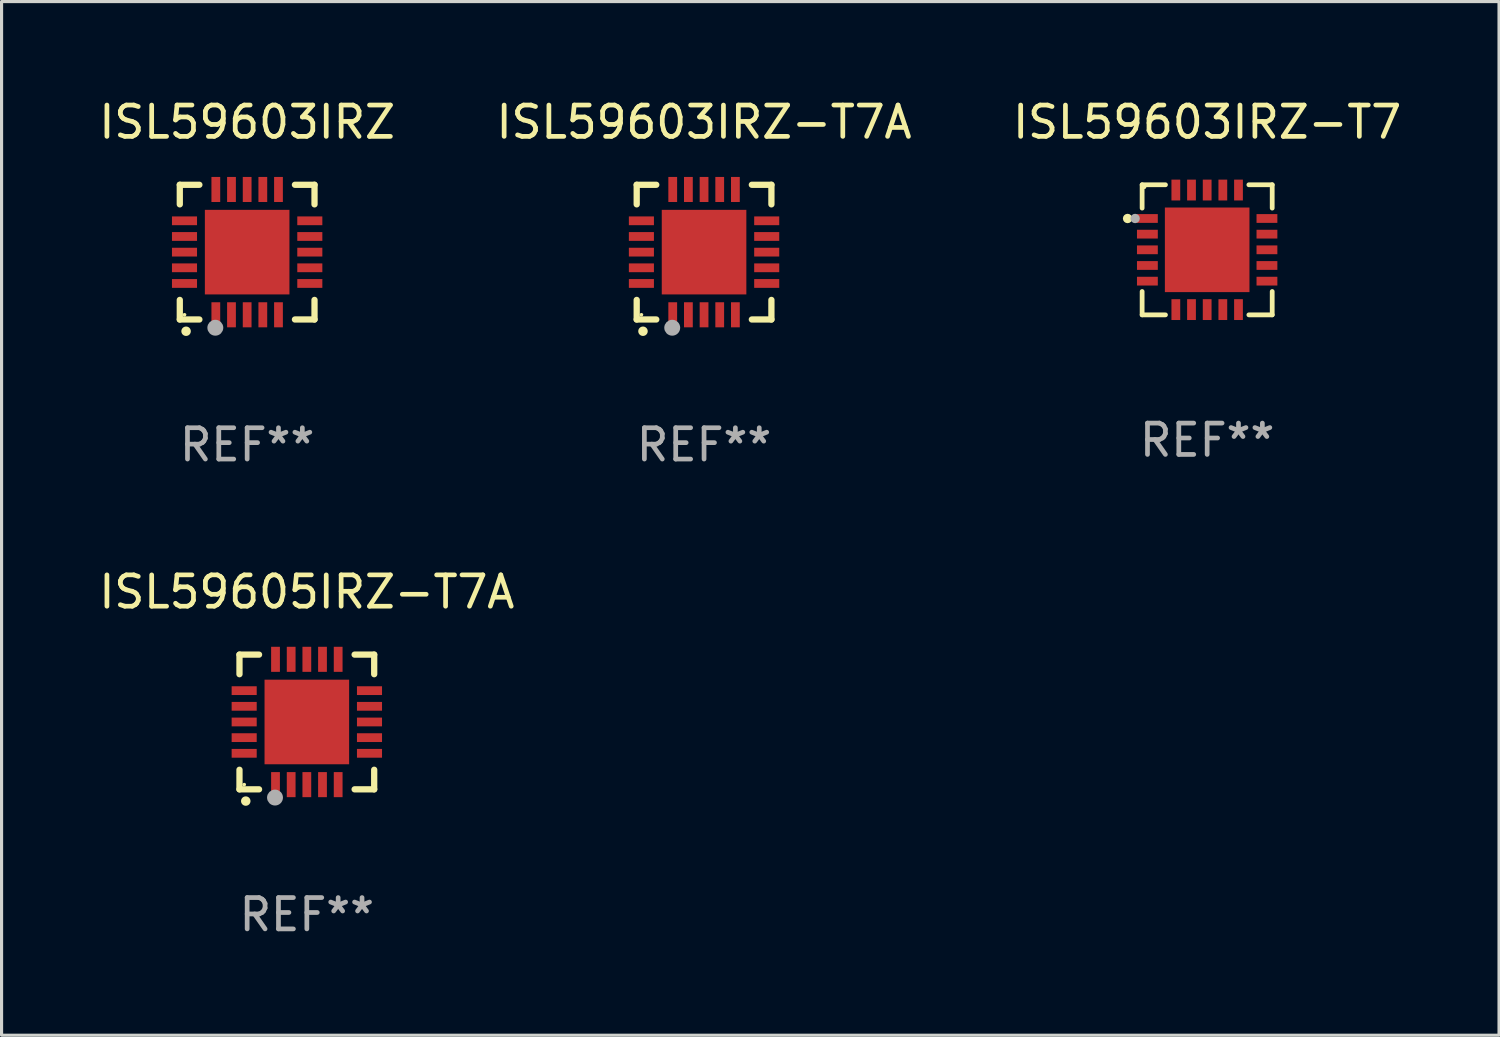
<source format=kicad_pcb>
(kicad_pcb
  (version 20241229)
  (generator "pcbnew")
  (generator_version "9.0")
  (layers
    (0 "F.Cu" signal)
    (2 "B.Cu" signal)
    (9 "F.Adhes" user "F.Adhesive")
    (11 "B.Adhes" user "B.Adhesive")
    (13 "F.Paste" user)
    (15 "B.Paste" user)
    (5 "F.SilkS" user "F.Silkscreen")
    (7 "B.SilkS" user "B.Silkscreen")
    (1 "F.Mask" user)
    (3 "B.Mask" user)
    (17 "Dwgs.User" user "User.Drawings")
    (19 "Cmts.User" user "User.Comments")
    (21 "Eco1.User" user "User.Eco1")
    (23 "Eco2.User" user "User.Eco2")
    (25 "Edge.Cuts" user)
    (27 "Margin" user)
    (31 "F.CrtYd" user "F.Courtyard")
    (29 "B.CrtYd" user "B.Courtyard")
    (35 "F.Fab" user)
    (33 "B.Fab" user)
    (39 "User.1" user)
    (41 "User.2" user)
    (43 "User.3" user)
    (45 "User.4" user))
  (footprint "ISL59603IRZ-T7"
    (layer "F.Cu")
    (at 35.482 4.924)
    (property "Reference" "ISL59603IRZ-T7" (at 0 -4.076 0) (layer "F.SilkS") (effects (font (size 1 1) (thickness 0.15))))
    (attr through_hole)
    (fp_line (start -2.076 -2.076) (end -2.076 -1.331) (stroke (width 0.152) (type solid)) (layer "F.SilkS"))
    (fp_line (start -2.076 2.076) (end -2.076 1.331) (stroke (width 0.152) (type solid)) (layer "F.SilkS"))
    (fp_line (start -1.331 -2.076) (end -2.076 -2.076) (stroke (width 0.152) (type solid)) (layer "F.SilkS"))
    (fp_line (start -1.331 2.076) (end -2.076 2.076) (stroke (width 0.152) (type solid)) (layer "F.SilkS"))
    (fp_line (start 1.331 -2.076) (end 2.076 -2.076) (stroke (width 0.152) (type solid)) (layer "F.SilkS"))
    (fp_line (start 1.331 2.076) (end 2.076 2.076) (stroke (width 0.152) (type solid)) (layer "F.SilkS"))
    (fp_line (start 2.076 -2.076) (end 2.076 -1.331) (stroke (width 0.152) (type solid)) (layer "F.SilkS"))
    (fp_line (start 2.076 2.076) (end 2.076 1.331) (stroke (width 0.152) (type solid)) (layer "F.SilkS"))
    (fp_circle (center -2.54 -1) (end -2.465 -1) (stroke (width 0.15) (type solid)) (fill no) (layer "F.SilkS"))
    (fp_circle (center -2 -2) (end -1.97 -2) (stroke (width 0.06) (type solid)) (fill no) (layer "F.SilkS"))
    (fp_circle (center -2.3 -1) (end -2.225 -1) (stroke (width 0.15) (type solid)) (fill no) (layer "F.Fab"))
    (fp_text user "REF**" (at 0 6.076 0) (layer "F.Fab") (effects (font (size 1 1) (thickness 0.15))))
    (pad "1" smd rect (at -1.908 -1) (size 0.665 0.28) (layers "F.Cu" "F.Mask" "F.Paste"))
    (pad "2" smd rect (at -1.908 -0.5) (size 0.665 0.28) (layers "F.Cu" "F.Mask" "F.Paste"))
    (pad "3" smd rect (at -1.908 0) (size 0.665 0.28) (layers "F.Cu" "F.Mask" "F.Paste"))
    (pad "4" smd rect (at -1.908 0.5) (size 0.665 0.28) (layers "F.Cu" "F.Mask" "F.Paste"))
    (pad "5" smd rect (at -1.908 1) (size 0.665 0.28) (layers "F.Cu" "F.Mask" "F.Paste"))
    (pad "6" smd rect (at -1 1.908) (size 0.28 0.665) (layers "F.Cu" "F.Mask" "F.Paste"))
    (pad "7" smd rect (at -0.5 1.908) (size 0.28 0.665) (layers "F.Cu" "F.Mask" "F.Paste"))
    (pad "8" smd rect (at 0 1.908) (size 0.28 0.665) (layers "F.Cu" "F.Mask" "F.Paste"))
    (pad "9" smd rect (at 0.5 1.908) (size 0.28 0.665) (layers "F.Cu" "F.Mask" "F.Paste"))
    (pad "10" smd rect (at 1 1.908) (size 0.28 0.665) (layers "F.Cu" "F.Mask" "F.Paste"))
    (pad "11" smd rect (at 1.908 1) (size 0.665 0.28) (layers "F.Cu" "F.Mask" "F.Paste"))
    (pad "12" smd rect (at 1.908 0.5) (size 0.665 0.28) (layers "F.Cu" "F.Mask" "F.Paste"))
    (pad "13" smd rect (at 1.908 0) (size 0.665 0.28) (layers "F.Cu" "F.Mask" "F.Paste"))
    (pad "14" smd rect (at 1.908 -0.5) (size 0.665 0.28) (layers "F.Cu" "F.Mask" "F.Paste"))
    (pad "15" smd rect (at 1.908 -1) (size 0.665 0.28) (layers "F.Cu" "F.Mask" "F.Paste"))
    (pad "16" smd rect (at 1 -1.908) (size 0.28 0.665) (layers "F.Cu" "F.Mask" "F.Paste"))
    (pad "17" smd rect (at 0.5 -1.908) (size 0.28 0.665) (layers "F.Cu" "F.Mask" "F.Paste"))
    (pad "18" smd rect (at 0 -1.908) (size 0.28 0.665) (layers "F.Cu" "F.Mask" "F.Paste"))
    (pad "19" smd rect (at -0.5 -1.908) (size 0.28 0.665) (layers "F.Cu" "F.Mask" "F.Paste"))
    (pad "20" smd rect (at -1 -1.908) (size 0.28 0.665) (layers "F.Cu" "F.Mask" "F.Paste"))
    (pad "21" smd rect (at 0 0) (size 2.7 2.7) (layers "F.Cu" "F.Mask" "F.Paste")))
  (footprint "ISL59603IRZ-T7A"
    (layer "F.Cu")
    (at 19.423 4.998)
    (property "Reference" "ISL59603IRZ-T7A" (at 0 -4.15 0) (layer "F.SilkS") (effects (font (size 1 1) (thickness 0.15))))
    (attr through_hole)
    (fp_line (start -2.15 -2.15) (end -2.15 -1.525) (stroke (width 0.2) (type solid)) (layer "F.SilkS"))
    (fp_line (start -2.15 2.15) (end -2.15 1.525) (stroke (width 0.2) (type solid)) (layer "F.SilkS"))
    (fp_line (start -1.525 -2.15) (end -2.15 -2.15) (stroke (width 0.2) (type solid)) (layer "F.SilkS"))
    (fp_line (start -1.525 2.15) (end -2.15 2.15) (stroke (width 0.2) (type solid)) (layer "F.SilkS"))
    (fp_line (start 1.525 2.15) (end 2.15 2.15) (stroke (width 0.2) (type solid)) (layer "F.SilkS"))
    (fp_line (start 2.15 -2.15) (end 1.525 -2.15) (stroke (width 0.2) (type solid)) (layer "F.SilkS"))
    (fp_line (start 2.15 -1.525) (end 2.15 -2.15) (stroke (width 0.2) (type solid)) (layer "F.SilkS"))
    (fp_line (start 2.15 2.15) (end 2.15 1.525) (stroke (width 0.2) (type solid)) (layer "F.SilkS"))
    (fp_arc (start -1.950724 2.524765) (mid -1.949454 2.52476) (end -1.948184 2.524765) (stroke (width 0.3) (type solid)) (layer "F.SilkS"))
    (fp_circle (center -2 2) (end -1.97 2) (stroke (width 0.06) (type solid)) (fill no) (layer "F.SilkS"))
    (fp_circle (center -1.016 2.413) (end -0.889 2.413) (stroke (width 0.254) (type solid)) (fill no) (layer "F.Fab"))
    (fp_text user "REF**" (at 0 6.15 0) (layer "F.Fab") (effects (font (size 1 1) (thickness 0.15))))
    (pad "1" smd rect (at -1 2) (size 0.28 0.8) (layers "F.Cu" "F.Mask" "F.Paste"))
    (pad "2" smd rect (at -0.5 2) (size 0.28 0.8) (layers "F.Cu" "F.Mask" "F.Paste"))
    (pad "3" smd rect (at 0 2) (size 0.28 0.8) (layers "F.Cu" "F.Mask" "F.Paste"))
    (pad "4" smd rect (at 0.5 2) (size 0.28 0.8) (layers "F.Cu" "F.Mask" "F.Paste"))
    (pad "5" smd rect (at 1 2) (size 0.28 0.8) (layers "F.Cu" "F.Mask" "F.Paste"))
    (pad "6" smd rect (at 2 1) (size 0.8 0.28) (layers "F.Cu" "F.Mask" "F.Paste"))
    (pad "7" smd rect (at 2 0.5) (size 0.8 0.28) (layers "F.Cu" "F.Mask" "F.Paste"))
    (pad "8" smd rect (at 2 0) (size 0.8 0.28) (layers "F.Cu" "F.Mask" "F.Paste"))
    (pad "9" smd rect (at 2 -0.5) (size 0.8 0.28) (layers "F.Cu" "F.Mask" "F.Paste"))
    (pad "10" smd rect (at 2 -1) (size 0.8 0.28) (layers "F.Cu" "F.Mask" "F.Paste"))
    (pad "11" smd rect (at 1 -2) (size 0.28 0.8) (layers "F.Cu" "F.Mask" "F.Paste"))
    (pad "12" smd rect (at 0.5 -2) (size 0.28 0.8) (layers "F.Cu" "F.Mask" "F.Paste"))
    (pad "13" smd rect (at 0 -2) (size 0.28 0.8) (layers "F.Cu" "F.Mask" "F.Paste"))
    (pad "14" smd rect (at -0.5 -2) (size 0.28 0.8) (layers "F.Cu" "F.Mask" "F.Paste"))
    (pad "15" smd rect (at -1 -2) (size 0.28 0.8) (layers "F.Cu" "F.Mask" "F.Paste"))
    (pad "16" smd rect (at -2 -1) (size 0.8 0.28) (layers "F.Cu" "F.Mask" "F.Paste"))
    (pad "17" smd rect (at -2 -0.5) (size 0.8 0.28) (layers "F.Cu" "F.Mask" "F.Paste"))
    (pad "18" smd rect (at -2 0) (size 0.8 0.28) (layers "F.Cu" "F.Mask" "F.Paste"))
    (pad "19" smd rect (at -2 0.5) (size 0.8 0.28) (layers "F.Cu" "F.Mask" "F.Paste"))
    (pad "20" smd rect (at -2 1) (size 0.8 0.28) (layers "F.Cu" "F.Mask" "F.Paste"))
    (pad "21" smd rect (at 0 0) (size 2.7 2.7) (layers "F.Cu" "F.Mask" "F.Paste")))
  (footprint "ISL59605IRZ-T7A"
    (layer "F.Cu")
    (at 6.744 19.995)
    (property "Reference" "ISL59605IRZ-T7A" (at 0 -4.15 0) (layer "F.SilkS") (effects (font (size 1 1) (thickness 0.15))))
    (attr through_hole)
    (fp_line (start -2.15 -2.15) (end -2.15 -1.525) (stroke (width 0.2) (type solid)) (layer "F.SilkS"))
    (fp_line (start -2.15 2.15) (end -2.15 1.525) (stroke (width 0.2) (type solid)) (layer "F.SilkS"))
    (fp_line (start -1.525 -2.15) (end -2.15 -2.15) (stroke (width 0.2) (type solid)) (layer "F.SilkS"))
    (fp_line (start -1.525 2.15) (end -2.15 2.15) (stroke (width 0.2) (type solid)) (layer "F.SilkS"))
    (fp_line (start 1.525 2.15) (end 2.15 2.15) (stroke (width 0.2) (type solid)) (layer "F.SilkS"))
    (fp_line (start 2.15 -2.15) (end 1.525 -2.15) (stroke (width 0.2) (type solid)) (layer "F.SilkS"))
    (fp_line (start 2.15 -1.525) (end 2.15 -2.15) (stroke (width 0.2) (type solid)) (layer "F.SilkS"))
    (fp_line (start 2.15 2.15) (end 2.15 1.525) (stroke (width 0.2) (type solid)) (layer "F.SilkS"))
    (fp_arc (start -1.950724 2.524765) (mid -1.949454 2.52476) (end -1.948184 2.524765) (stroke (width 0.3) (type solid)) (layer "F.SilkS"))
    (fp_circle (center -2 2) (end -1.97 2) (stroke (width 0.06) (type solid)) (fill no) (layer "F.SilkS"))
    (fp_circle (center -1.016 2.413) (end -0.889 2.413) (stroke (width 0.254) (type solid)) (fill no) (layer "F.Fab"))
    (fp_text user "REF**" (at 0 6.15 0) (layer "F.Fab") (effects (font (size 1 1) (thickness 0.15))))
    (pad "1" smd rect (at -1 2) (size 0.28 0.8) (layers "F.Cu" "F.Mask" "F.Paste"))
    (pad "2" smd rect (at -0.5 2) (size 0.28 0.8) (layers "F.Cu" "F.Mask" "F.Paste"))
    (pad "3" smd rect (at 0 2) (size 0.28 0.8) (layers "F.Cu" "F.Mask" "F.Paste"))
    (pad "4" smd rect (at 0.5 2) (size 0.28 0.8) (layers "F.Cu" "F.Mask" "F.Paste"))
    (pad "5" smd rect (at 1 2) (size 0.28 0.8) (layers "F.Cu" "F.Mask" "F.Paste"))
    (pad "6" smd rect (at 2 1) (size 0.8 0.28) (layers "F.Cu" "F.Mask" "F.Paste"))
    (pad "7" smd rect (at 2 0.5) (size 0.8 0.28) (layers "F.Cu" "F.Mask" "F.Paste"))
    (pad "8" smd rect (at 2 0) (size 0.8 0.28) (layers "F.Cu" "F.Mask" "F.Paste"))
    (pad "9" smd rect (at 2 -0.5) (size 0.8 0.28) (layers "F.Cu" "F.Mask" "F.Paste"))
    (pad "10" smd rect (at 2 -1) (size 0.8 0.28) (layers "F.Cu" "F.Mask" "F.Paste"))
    (pad "11" smd rect (at 1 -2) (size 0.28 0.8) (layers "F.Cu" "F.Mask" "F.Paste"))
    (pad "12" smd rect (at 0.5 -2) (size 0.28 0.8) (layers "F.Cu" "F.Mask" "F.Paste"))
    (pad "13" smd rect (at 0 -2) (size 0.28 0.8) (layers "F.Cu" "F.Mask" "F.Paste"))
    (pad "14" smd rect (at -0.5 -2) (size 0.28 0.8) (layers "F.Cu" "F.Mask" "F.Paste"))
    (pad "15" smd rect (at -1 -2) (size 0.28 0.8) (layers "F.Cu" "F.Mask" "F.Paste"))
    (pad "16" smd rect (at -2 -1) (size 0.8 0.28) (layers "F.Cu" "F.Mask" "F.Paste"))
    (pad "17" smd rect (at -2 -0.5) (size 0.8 0.28) (layers "F.Cu" "F.Mask" "F.Paste"))
    (pad "18" smd rect (at -2 0) (size 0.8 0.28) (layers "F.Cu" "F.Mask" "F.Paste"))
    (pad "19" smd rect (at -2 0.5) (size 0.8 0.28) (layers "F.Cu" "F.Mask" "F.Paste"))
    (pad "20" smd rect (at -2 1) (size 0.8 0.28) (layers "F.Cu" "F.Mask" "F.Paste"))
    (pad "21" smd rect (at 0 0) (size 2.7 2.7) (layers "F.Cu" "F.Mask" "F.Paste")))
  (footprint "ISL59603IRZ"
    (layer "F.Cu")
    (at 4.839 4.998)
    (property "Reference" "ISL59603IRZ" (at 0 -4.15 0) (layer "F.SilkS") (effects (font (size 1 1) (thickness 0.15))))
    (attr through_hole)
    (fp_line (start -2.15 -2.15) (end -2.15 -1.525) (stroke (width 0.2) (type solid)) (layer "F.SilkS"))
    (fp_line (start -2.15 2.15) (end -2.15 1.525) (stroke (width 0.2) (type solid)) (layer "F.SilkS"))
    (fp_line (start -1.525 -2.15) (end -2.15 -2.15) (stroke (width 0.2) (type solid)) (layer "F.SilkS"))
    (fp_line (start -1.525 2.15) (end -2.15 2.15) (stroke (width 0.2) (type solid)) (layer "F.SilkS"))
    (fp_line (start 1.525 2.15) (end 2.15 2.15) (stroke (width 0.2) (type solid)) (layer "F.SilkS"))
    (fp_line (start 2.15 -2.15) (end 1.525 -2.15) (stroke (width 0.2) (type solid)) (layer "F.SilkS"))
    (fp_line (start 2.15 -1.525) (end 2.15 -2.15) (stroke (width 0.2) (type solid)) (layer "F.SilkS"))
    (fp_line (start 2.15 2.15) (end 2.15 1.525) (stroke (width 0.2) (type solid)) (layer "F.SilkS"))
    (fp_arc (start -1.950724 2.524765) (mid -1.949454 2.52476) (end -1.948184 2.524765) (stroke (width 0.3) (type solid)) (layer "F.SilkS"))
    (fp_circle (center -2 2) (end -1.97 2) (stroke (width 0.06) (type solid)) (fill no) (layer "F.SilkS"))
    (fp_circle (center -1.016 2.413) (end -0.889 2.413) (stroke (width 0.254) (type solid)) (fill no) (layer "F.Fab"))
    (fp_text user "REF**" (at 0 6.15 0) (layer "F.Fab") (effects (font (size 1 1) (thickness 0.15))))
    (pad "1" smd rect (at -1 2) (size 0.28 0.8) (layers "F.Cu" "F.Mask" "F.Paste"))
    (pad "2" smd rect (at -0.5 2) (size 0.28 0.8) (layers "F.Cu" "F.Mask" "F.Paste"))
    (pad "3" smd rect (at 0 2) (size 0.28 0.8) (layers "F.Cu" "F.Mask" "F.Paste"))
    (pad "4" smd rect (at 0.5 2) (size 0.28 0.8) (layers "F.Cu" "F.Mask" "F.Paste"))
    (pad "5" smd rect (at 1 2) (size 0.28 0.8) (layers "F.Cu" "F.Mask" "F.Paste"))
    (pad "6" smd rect (at 2 1) (size 0.8 0.28) (layers "F.Cu" "F.Mask" "F.Paste"))
    (pad "7" smd rect (at 2 0.5) (size 0.8 0.28) (layers "F.Cu" "F.Mask" "F.Paste"))
    (pad "8" smd rect (at 2 0) (size 0.8 0.28) (layers "F.Cu" "F.Mask" "F.Paste"))
    (pad "9" smd rect (at 2 -0.5) (size 0.8 0.28) (layers "F.Cu" "F.Mask" "F.Paste"))
    (pad "10" smd rect (at 2 -1) (size 0.8 0.28) (layers "F.Cu" "F.Mask" "F.Paste"))
    (pad "11" smd rect (at 1 -2) (size 0.28 0.8) (layers "F.Cu" "F.Mask" "F.Paste"))
    (pad "12" smd rect (at 0.5 -2) (size 0.28 0.8) (layers "F.Cu" "F.Mask" "F.Paste"))
    (pad "13" smd rect (at 0 -2) (size 0.28 0.8) (layers "F.Cu" "F.Mask" "F.Paste"))
    (pad "14" smd rect (at -0.5 -2) (size 0.28 0.8) (layers "F.Cu" "F.Mask" "F.Paste"))
    (pad "15" smd rect (at -1 -2) (size 0.28 0.8) (layers "F.Cu" "F.Mask" "F.Paste"))
    (pad "16" smd rect (at -2 -1) (size 0.8 0.28) (layers "F.Cu" "F.Mask" "F.Paste"))
    (pad "17" smd rect (at -2 -0.5) (size 0.8 0.28) (layers "F.Cu" "F.Mask" "F.Paste"))
    (pad "18" smd rect (at -2 0) (size 0.8 0.28) (layers "F.Cu" "F.Mask" "F.Paste"))
    (pad "19" smd rect (at -2 0.5) (size 0.8 0.28) (layers "F.Cu" "F.Mask" "F.Paste"))
    (pad "20" smd rect (at -2 1) (size 0.8 0.28) (layers "F.Cu" "F.Mask" "F.Paste"))
    (pad "21" smd rect (at 0 0) (size 2.7 2.7) (layers "F.Cu" "F.Mask" "F.Paste")))
  (gr_rect
    (start -3 -3)
    (end 44.798 29.993)
    (stroke (width 0.1) (type default))
    (fill no)
    (layer "Edge.Cuts")))
</source>
